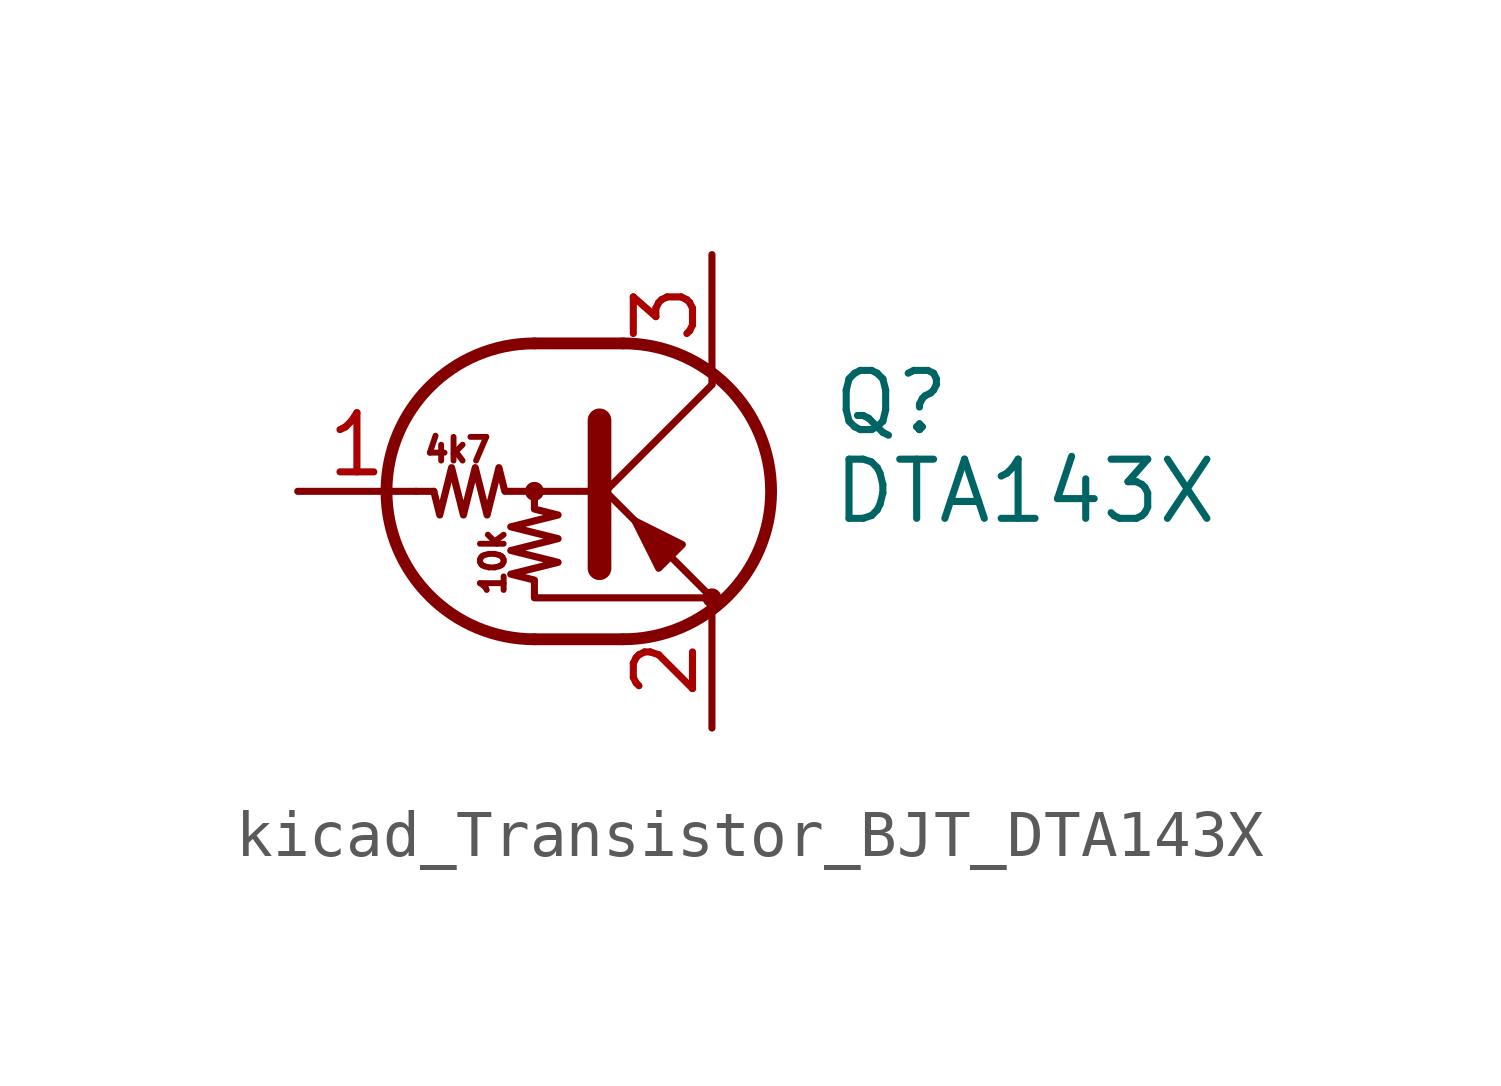
<source format=kicad_sym>
(kicad_symbol_lib
  (version 20220914)
  (generator kicad_symbol_editor)
  (symbol "kicad_Transistor_BJT_DTA143X"
    (pin_names
      (offset 0) hide)
    (property "Reference" "Q"
      (at 5.08 1.905 0)
      (effects (font (size 1.27 1.27)) (justify left)))
    (property "Value" "DTA143X"
      (at 5.08 0 0)
      (effects (font (size 1.27 1.27)) (justify left)))
    (symbol "kicad_Transistor_BJT_DTA143X_0_0"
      (text "10k" (at -2.159 -1.524 900) (effects (font (size 0.508 0.508))))
      (text "4k7" (at -2.921 0.889 0) (effects (font (size 0.508 0.508)))))
    (symbol "kicad_Transistor_BJT_DTA143X_0_1"
      (circle (center -1.27 0) (radius 0.127) (stroke (width 0) (type default)) (fill (type none)))
      (arc (start -1.27 3.175) (mid -4.4312 0) (end -1.27 -3.175) (stroke (width 0.254) (type default)) (fill (type none)))
      (polyline (pts (xy -3.429 0) (xy -3.81 0)) (stroke (width 0) (type default)) (fill (type none)))
      (polyline (pts (xy -1.27 -3.175) (xy 0.635 -3.175)) (stroke (width 0.254) (type default)) (fill (type none)))
      (polyline (pts (xy -1.27 3.175) (xy 0.635 3.175)) (stroke (width 0.254) (type default)) (fill (type none)))
      (polyline (pts (xy 0 -0.254) (xy 2.54 2.286)) (stroke (width 0) (type default)) (fill (type none)))
      (polyline (pts (xy 0.127 1.524) (xy 0.127 -1.651)) (stroke (width 0.508) (type default)) (fill (type outline)))
      (polyline (pts (xy 2.54 2.286) (xy 2.54 2.54)) (stroke (width 0) (type default)) (fill (type none)))
      (polyline (pts (xy 2.54 -2.286) (xy 0 0.254) (xy 0 0.254)) (stroke (width 0) (type default)) (fill (type none)))
      (polyline (pts (xy 1.397 -1.651) (xy 1.905 -1.143) (xy 0.889 -0.635) (xy 1.397 -1.651)) (stroke (width 0) (type default)) (fill (type outline)))
      (polyline (pts (xy 0 0) (xy -1.905 0) (xy -2.032 0.508) (xy -2.286 -0.508) (xy -2.54 0.508) (xy -2.794 -0.508) (xy -3.048 0.508) (xy -3.302 -0.508) (xy -3.429 0)) (stroke (width 0) (type default)) (fill (type none)))
      (polyline (pts (xy -1.27 0) (xy -1.27 -0.381) (xy -0.762 -0.508) (xy -1.778 -0.762) (xy -0.762 -1.016) (xy -1.778 -1.27) (xy -0.762 -1.524) (xy -1.778 -1.778) (xy -1.27 -1.905) (xy -1.27 -2.286) (xy 2.54 -2.286)) (stroke (width 0) (type default)) (fill (type none)))
      (arc (start 0.635 -3.175) (mid 3.7962 0) (end 0.635 3.175) (stroke (width 0.254) (type default)) (fill (type none)))
      (circle (center 2.54 -2.286) (radius 0.127) (stroke (width 0) (type default)) (fill (type none))))
    (symbol "kicad_Transistor_BJT_DTA143X_1_1"
      (pin input line (at -6.35 0 0) (length 2.54) (name "B" (effects (font (size 1.27 1.27)))) (number "1" (effects (font (size 1.27 1.27)))))
      (pin passive line (at 2.54 -5.08 90) (length 2.54) (name "E" (effects (font (size 1.27 1.27)))) (number "2" (effects (font (size 1.27 1.27)))))
      (pin passive line (at 2.54 5.08 270) (length 2.54) (name "C" (effects (font (size 1.27 1.27)))) (number "3" (effects (font (size 1.27 1.27))))))))
</source>
